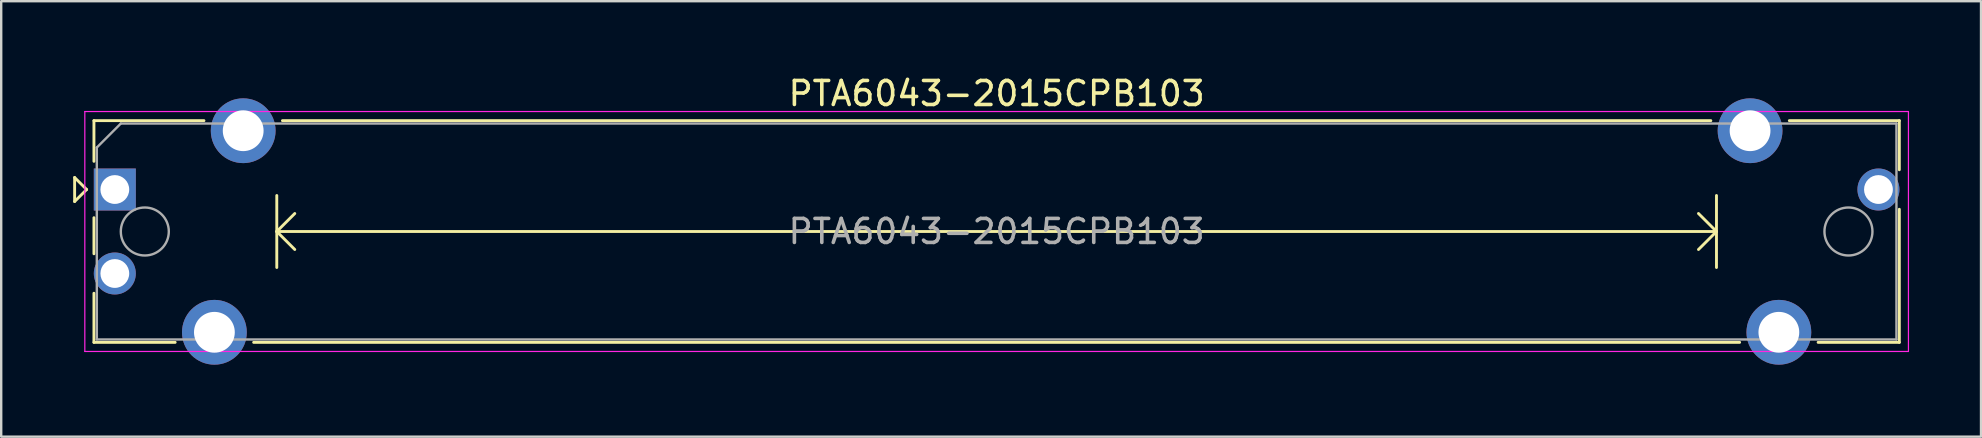
<source format=kicad_pcb>
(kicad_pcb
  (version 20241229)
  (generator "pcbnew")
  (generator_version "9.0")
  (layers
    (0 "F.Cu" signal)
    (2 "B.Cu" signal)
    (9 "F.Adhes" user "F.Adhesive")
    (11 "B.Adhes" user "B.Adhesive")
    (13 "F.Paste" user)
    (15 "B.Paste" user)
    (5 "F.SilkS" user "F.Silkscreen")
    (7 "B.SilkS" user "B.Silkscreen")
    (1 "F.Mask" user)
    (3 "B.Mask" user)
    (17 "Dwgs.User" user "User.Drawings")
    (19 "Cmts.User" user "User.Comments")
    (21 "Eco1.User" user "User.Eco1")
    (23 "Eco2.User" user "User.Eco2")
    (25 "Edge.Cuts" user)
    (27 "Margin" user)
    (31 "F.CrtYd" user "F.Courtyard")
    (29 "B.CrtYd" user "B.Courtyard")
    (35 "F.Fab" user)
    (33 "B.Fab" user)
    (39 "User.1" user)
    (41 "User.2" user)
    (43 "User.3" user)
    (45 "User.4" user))
  (footprint "PTA6043-2015CPB103"
    (layer "F.Cu")
    (at 1.735 4.848)
    (property "Reference" "PTA6043-2015CPB103" (at 36.75 -4 0) (layer "F.SilkS") (effects (font (size 1 1) (thickness 0.15))))
    (attr through_hole)
    (fp_line (start -1.675 -0.5) (end -1.675 0.5) (stroke (width 0.12) (type solid)) (layer "F.SilkS"))
    (fp_line (start -1.675 0.5) (end -1.175 0) (stroke (width 0.12) (type solid)) (layer "F.SilkS"))
    (fp_line (start -1.175 0) (end -1.675 -0.5) (stroke (width 0.12) (type solid)) (layer "F.SilkS"))
    (fp_line (start -0.87 -2.87) (end -0.87 -1.175) (stroke (width 0.12) (type solid)) (layer "F.SilkS"))
    (fp_line (start -0.87 -2.87) (end 3.715 -2.87) (stroke (width 0.12) (type solid)) (layer "F.SilkS"))
    (fp_line (start -0.87 1.175) (end -0.87 2.678) (stroke (width 0.12) (type solid)) (layer "F.SilkS"))
    (fp_line (start -0.87 4.323) (end -0.87 6.37) (stroke (width 0.12) (type solid)) (layer "F.SilkS"))
    (fp_line (start -0.87 6.37) (end 2.515 6.37) (stroke (width 0.12) (type solid)) (layer "F.SilkS"))
    (fp_line (start 5.786 6.37) (end 67.715 6.37) (stroke (width 0.12) (type solid)) (layer "F.SilkS"))
    (fp_line (start 6.75 0.25) (end 6.75 3.25) (stroke (width 0.12) (type solid)) (layer "F.SilkS"))
    (fp_line (start 6.75 1.75) (end 7.5 2.5) (stroke (width 0.12) (type solid)) (layer "F.SilkS"))
    (fp_line (start 6.75 1.75) (end 66.75 1.75) (stroke (width 0.12) (type solid)) (layer "F.SilkS"))
    (fp_line (start 6.986 -2.87) (end 66.515 -2.87) (stroke (width 0.12) (type solid)) (layer "F.SilkS"))
    (fp_line (start 7.5 1) (end 6.75 1.75) (stroke (width 0.12) (type solid)) (layer "F.SilkS"))
    (fp_line (start 66 1) (end 66.75 1.75) (stroke (width 0.12) (type solid)) (layer "F.SilkS"))
    (fp_line (start 66.75 0.25) (end 66.75 3.25) (stroke (width 0.12) (type solid)) (layer "F.SilkS"))
    (fp_line (start 66.75 1.75) (end 66 2.5) (stroke (width 0.12) (type solid)) (layer "F.SilkS"))
    (fp_line (start 69.786 -2.87) (end 74.37 -2.87) (stroke (width 0.12) (type solid)) (layer "F.SilkS"))
    (fp_line (start 70.986 6.37) (end 74.37 6.37) (stroke (width 0.12) (type solid)) (layer "F.SilkS"))
    (fp_line (start 74.37 -2.87) (end 74.37 -0.823) (stroke (width 0.12) (type solid)) (layer "F.SilkS"))
    (fp_line (start 74.37 0.823) (end 74.37 6.37) (stroke (width 0.12) (type solid)) (layer "F.SilkS"))
    (fp_line (start -1.25 -3.25) (end -1.25 6.75) (stroke (width 0.05) (type solid)) (layer "F.CrtYd"))
    (fp_line (start -1.25 6.75) (end 74.75 6.75) (stroke (width 0.05) (type solid)) (layer "F.CrtYd"))
    (fp_line (start 74.75 -3.25) (end -1.25 -3.25) (stroke (width 0.05) (type solid)) (layer "F.CrtYd"))
    (fp_line (start 74.75 6.75) (end 74.75 -3.25) (stroke (width 0.05) (type solid)) (layer "F.CrtYd"))
    (fp_line (start -0.75 -1.75) (end 0.25 -2.75) (stroke (width 0.1) (type solid)) (layer "F.Fab"))
    (fp_line (start -0.75 6.25) (end -0.75 -1.75) (stroke (width 0.1) (type solid)) (layer "F.Fab"))
    (fp_line (start 0.25 -2.75) (end 74.25 -2.75) (stroke (width 0.1) (type solid)) (layer "F.Fab"))
    (fp_line (start 74.25 -2.75) (end 74.25 6.25) (stroke (width 0.1) (type solid)) (layer "F.Fab"))
    (fp_line (start 74.25 6.25) (end -0.75 6.25) (stroke (width 0.1) (type solid)) (layer "F.Fab"))
    (fp_circle (center 1.25 1.75) (end 2.25 1.75) (stroke (width 0.1) (type solid)) (fill no) (layer "F.Fab"))
    (fp_circle (center 72.25 1.75) (end 73.25 1.75) (stroke (width 0.1) (type solid)) (fill no) (layer "F.Fab"))
    (fp_text user "${REFERENCE}" (at 36.75 1.75 0) (layer "F.Fab") (effects (font (size 1 1) (thickness 0.15))))
    (pad "1" thru_hole rect (at 0 0) (size 1.75 1.75) (drill 1.2) (layers "*.Cu" "*.Mask"))
    (pad "2" thru_hole circle (at 0 3.5) (size 1.75 1.75) (drill 1.2) (layers "*.Cu" "*.Mask"))
    (pad "3" thru_hole circle (at 73.5 0) (size 1.75 1.75) (drill 1.2) (layers "*.Cu" "*.Mask"))
    (pad "MP" thru_hole circle (at 4.15 5.95) (size 2.7 2.7) (drill 1.7) (layers "*.Cu" "*.Mask"))
    (pad "MP" thru_hole circle (at 5.35 -2.45) (size 2.7 2.7) (drill 1.7) (layers "*.Cu" "*.Mask"))
    (pad "MP" thru_hole circle (at 68.15 -2.45) (size 2.7 2.7) (drill 1.7) (layers "*.Cu" "*.Mask"))
    (pad "MP" thru_hole circle (at 69.35 5.95) (size 2.7 2.7) (drill 1.7) (layers "*.Cu" "*.Mask")))
  (gr_rect
    (start -3 -3)
    (end 79.51 15.148)
    (stroke (width 0.1) (type default))
    (fill no)
    (layer "Edge.Cuts")))
</source>
